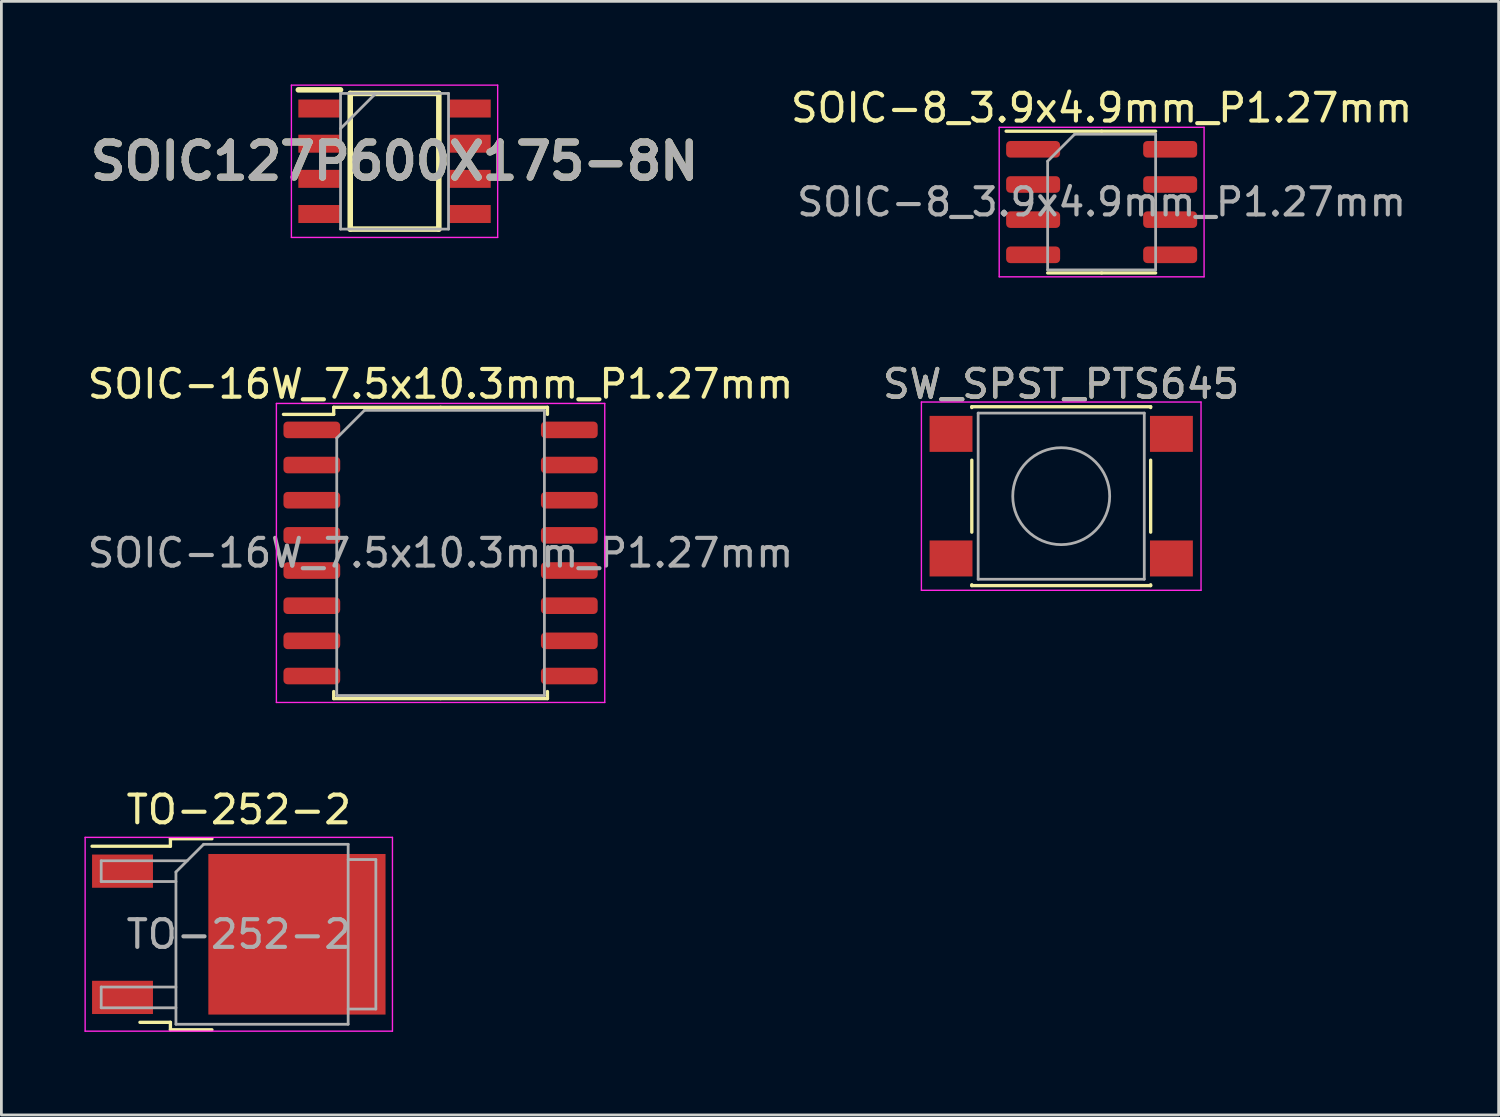
<source format=kicad_pcb>
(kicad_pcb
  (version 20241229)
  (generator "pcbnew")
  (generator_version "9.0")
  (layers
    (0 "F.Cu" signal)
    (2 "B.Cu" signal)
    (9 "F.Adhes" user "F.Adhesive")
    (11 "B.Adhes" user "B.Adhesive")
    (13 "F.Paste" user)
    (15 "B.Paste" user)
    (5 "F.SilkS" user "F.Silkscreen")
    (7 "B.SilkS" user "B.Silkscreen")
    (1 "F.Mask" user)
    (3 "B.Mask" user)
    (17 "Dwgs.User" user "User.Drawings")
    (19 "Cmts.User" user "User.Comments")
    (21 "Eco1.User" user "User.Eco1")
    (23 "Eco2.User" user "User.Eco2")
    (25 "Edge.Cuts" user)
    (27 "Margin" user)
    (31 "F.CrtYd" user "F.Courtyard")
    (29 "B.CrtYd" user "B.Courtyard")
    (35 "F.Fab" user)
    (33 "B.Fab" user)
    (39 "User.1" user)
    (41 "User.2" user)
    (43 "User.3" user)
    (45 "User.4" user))
  (footprint "SOIC127P600X175-8N"
    (layer "F.Cu")
    (at 11.2 2.775)
    (property "Reference" "SOIC127P600X175-8N" (at 0 0 0) (layer "F.SilkS") (effects (font (size 1.27 1.27) (thickness 0.254))))
    (attr smd)
    (fp_line (start -3.475 -2.58) (end -1.95 -2.58) (stroke (width 0.2) (type solid)) (layer "F.SilkS"))
    (fp_line (start -1.6 -2.45) (end 1.6 -2.45) (stroke (width 0.2) (type solid)) (layer "F.SilkS"))
    (fp_line (start -1.6 2.45) (end -1.6 -2.45) (stroke (width 0.2) (type solid)) (layer "F.SilkS"))
    (fp_line (start 1.6 -2.45) (end 1.6 2.45) (stroke (width 0.2) (type solid)) (layer "F.SilkS"))
    (fp_line (start 1.6 2.45) (end -1.6 2.45) (stroke (width 0.2) (type solid)) (layer "F.SilkS"))
    (fp_line (start -3.725 -2.75) (end 3.725 -2.75) (stroke (width 0.05) (type solid)) (layer "F.CrtYd"))
    (fp_line (start -3.725 2.75) (end -3.725 -2.75) (stroke (width 0.05) (type solid)) (layer "F.CrtYd"))
    (fp_line (start 3.725 -2.75) (end 3.725 2.75) (stroke (width 0.05) (type solid)) (layer "F.CrtYd"))
    (fp_line (start 3.725 2.75) (end -3.725 2.75) (stroke (width 0.05) (type solid)) (layer "F.CrtYd"))
    (fp_line (start -1.95 -2.45) (end 1.95 -2.45) (stroke (width 0.1) (type solid)) (layer "F.Fab"))
    (fp_line (start -1.95 -1.18) (end -0.68 -2.45) (stroke (width 0.1) (type solid)) (layer "F.Fab"))
    (fp_line (start -1.95 2.45) (end -1.95 -2.45) (stroke (width 0.1) (type solid)) (layer "F.Fab"))
    (fp_line (start 1.95 -2.45) (end 1.95 2.45) (stroke (width 0.1) (type solid)) (layer "F.Fab"))
    (fp_line (start 1.95 2.45) (end -1.95 2.45) (stroke (width 0.1) (type solid)) (layer "F.Fab"))
    (fp_text user "${REFERENCE}" (at 0 0 0) (layer "F.Fab") (effects (font (size 1.27 1.27) (thickness 0.254))))
    (pad "1" smd rect (at -2.712 -1.905 90) (size 0.65 1.525) (layers "F.Cu" "F.Mask" "F.Paste"))
    (pad "2" smd rect (at -2.712 -0.635 90) (size 0.65 1.525) (layers "F.Cu" "F.Mask" "F.Paste"))
    (pad "3" smd rect (at -2.712 0.635 90) (size 0.65 1.525) (layers "F.Cu" "F.Mask" "F.Paste"))
    (pad "4" smd rect (at -2.712 1.905 90) (size 0.65 1.525) (layers "F.Cu" "F.Mask" "F.Paste"))
    (pad "5" smd rect (at 2.712 1.905 90) (size 0.65 1.525) (layers "F.Cu" "F.Mask" "F.Paste"))
    (pad "6" smd rect (at 2.712 0.635 90) (size 0.65 1.525) (layers "F.Cu" "F.Mask" "F.Paste"))
    (pad "7" smd rect (at 2.712 -0.635 90) (size 0.65 1.525) (layers "F.Cu" "F.Mask" "F.Paste"))
    (pad "8" smd rect (at 2.712 -1.905 90) (size 0.65 1.525) (layers "F.Cu" "F.Mask" "F.Paste")))
  (footprint "SW_SPST_PTS645"
    (layer "F.Cu")
    (at 35.28 14.871)
    (property "Reference" "SW_SPST_PTS645" (at 0 -4.05 0) (layer "F.SilkS") (effects (font (size 1 1) (thickness 0.15))))
    (attr smd)
    (fp_line (start -3.23 -3.23) (end 3.23 -3.23) (stroke (width 0.12) (type solid)) (layer "F.SilkS"))
    (fp_line (start -3.23 -3.2) (end -3.23 -3.23) (stroke (width 0.12) (type solid)) (layer "F.SilkS"))
    (fp_line (start -3.23 -1.3) (end -3.23 1.3) (stroke (width 0.12) (type solid)) (layer "F.SilkS"))
    (fp_line (start -3.23 3.23) (end -3.23 3.2) (stroke (width 0.12) (type solid)) (layer "F.SilkS"))
    (fp_line (start -3.23 3.23) (end 3.23 3.23) (stroke (width 0.12) (type solid)) (layer "F.SilkS"))
    (fp_line (start 3.23 -3.23) (end 3.23 -3.2) (stroke (width 0.12) (type solid)) (layer "F.SilkS"))
    (fp_line (start 3.23 -1.3) (end 3.23 1.3) (stroke (width 0.12) (type solid)) (layer "F.SilkS"))
    (fp_line (start 3.23 3.23) (end 3.23 3.2) (stroke (width 0.12) (type solid)) (layer "F.SilkS"))
    (fp_line (start -5.05 -3.4) (end -5.05 3.4) (stroke (width 0.05) (type solid)) (layer "F.CrtYd"))
    (fp_line (start -5.05 -3.4) (end 5.05 -3.4) (stroke (width 0.05) (type solid)) (layer "F.CrtYd"))
    (fp_line (start -5.05 3.4) (end 5.05 3.4) (stroke (width 0.05) (type solid)) (layer "F.CrtYd"))
    (fp_line (start 5.05 3.4) (end 5.05 -3.4) (stroke (width 0.05) (type solid)) (layer "F.CrtYd"))
    (fp_line (start -3 -3) (end -3 3) (stroke (width 0.1) (type solid)) (layer "F.Fab"))
    (fp_line (start -3 3) (end 3 3) (stroke (width 0.1) (type solid)) (layer "F.Fab"))
    (fp_line (start 3 -3) (end -3 -3) (stroke (width 0.1) (type solid)) (layer "F.Fab"))
    (fp_line (start 3 3) (end 3 -3) (stroke (width 0.1) (type solid)) (layer "F.Fab"))
    (fp_circle (center 0 0) (end 1.75 -0.05) (stroke (width 0.1) (type solid)) (fill no) (layer "F.Fab"))
    (fp_text user "${REFERENCE}" (at 0 -4.05 0) (layer "F.Fab") (effects (font (size 1 1) (thickness 0.15))))
    (pad "1" smd rect (at -3.98 -2.25) (size 1.55 1.3) (layers "F.Cu" "F.Mask" "F.Paste"))
    (pad "1" smd rect (at 3.98 -2.25) (size 1.55 1.3) (layers "F.Cu" "F.Mask" "F.Paste"))
    (pad "2" smd rect (at -3.98 2.25) (size 1.55 1.3) (layers "F.Cu" "F.Mask" "F.Paste"))
    (pad "2" smd rect (at 3.98 2.25) (size 1.55 1.3) (layers "F.Cu" "F.Mask" "F.Paste")))
  (footprint "SOIC-16W_7.5x10.3mm_P1.27mm"
    (layer "F.Cu")
    (at 12.863 16.922)
    (property "Reference" "SOIC-16W_7.5x10.3mm_P1.27mm" (at 0 -6.1 0) (layer "F.SilkS") (effects (font (size 1 1) (thickness 0.15))))
    (attr smd)
    (fp_line (start -3.86 -5.26) (end -3.86 -5.005) (stroke (width 0.12) (type solid)) (layer "F.SilkS"))
    (fp_line (start -3.86 -5.005) (end -5.675 -5.005) (stroke (width 0.12) (type solid)) (layer "F.SilkS"))
    (fp_line (start -3.86 5.26) (end -3.86 5.005) (stroke (width 0.12) (type solid)) (layer "F.SilkS"))
    (fp_line (start 0 -5.26) (end -3.86 -5.26) (stroke (width 0.12) (type solid)) (layer "F.SilkS"))
    (fp_line (start 0 -5.26) (end 3.86 -5.26) (stroke (width 0.12) (type solid)) (layer "F.SilkS"))
    (fp_line (start 0 5.26) (end -3.86 5.26) (stroke (width 0.12) (type solid)) (layer "F.SilkS"))
    (fp_line (start 0 5.26) (end 3.86 5.26) (stroke (width 0.12) (type solid)) (layer "F.SilkS"))
    (fp_line (start 3.86 -5.26) (end 3.86 -5.005) (stroke (width 0.12) (type solid)) (layer "F.SilkS"))
    (fp_line (start 3.86 5.26) (end 3.86 5.005) (stroke (width 0.12) (type solid)) (layer "F.SilkS"))
    (fp_line (start -5.93 -5.4) (end -5.93 5.4) (stroke (width 0.05) (type solid)) (layer "F.CrtYd"))
    (fp_line (start -5.93 5.4) (end 5.93 5.4) (stroke (width 0.05) (type solid)) (layer "F.CrtYd"))
    (fp_line (start 5.93 -5.4) (end -5.93 -5.4) (stroke (width 0.05) (type solid)) (layer "F.CrtYd"))
    (fp_line (start 5.93 5.4) (end 5.93 -5.4) (stroke (width 0.05) (type solid)) (layer "F.CrtYd"))
    (fp_line (start -3.75 -4.15) (end -2.75 -5.15) (stroke (width 0.1) (type solid)) (layer "F.Fab"))
    (fp_line (start -3.75 5.15) (end -3.75 -4.15) (stroke (width 0.1) (type solid)) (layer "F.Fab"))
    (fp_line (start -2.75 -5.15) (end 3.75 -5.15) (stroke (width 0.1) (type solid)) (layer "F.Fab"))
    (fp_line (start 3.75 -5.15) (end 3.75 5.15) (stroke (width 0.1) (type solid)) (layer "F.Fab"))
    (fp_line (start 3.75 5.15) (end -3.75 5.15) (stroke (width 0.1) (type solid)) (layer "F.Fab"))
    (fp_text user "${REFERENCE}" (at 0 0 0) (layer "F.Fab") (effects (font (size 1 1) (thickness 0.15))))
    (pad "1" smd roundrect (at -4.65 -4.445) (size 2.05 0.6) (layers "F.Cu" "F.Mask" "F.Paste") (roundrect_rratio 0.25))
    (pad "2" smd roundrect (at -4.65 -3.175) (size 2.05 0.6) (layers "F.Cu" "F.Mask" "F.Paste") (roundrect_rratio 0.25))
    (pad "3" smd roundrect (at -4.65 -1.905) (size 2.05 0.6) (layers "F.Cu" "F.Mask" "F.Paste") (roundrect_rratio 0.25))
    (pad "4" smd roundrect (at -4.65 -0.635) (size 2.05 0.6) (layers "F.Cu" "F.Mask" "F.Paste") (roundrect_rratio 0.25))
    (pad "5" smd roundrect (at -4.65 0.635) (size 2.05 0.6) (layers "F.Cu" "F.Mask" "F.Paste") (roundrect_rratio 0.25))
    (pad "6" smd roundrect (at -4.65 1.905) (size 2.05 0.6) (layers "F.Cu" "F.Mask" "F.Paste") (roundrect_rratio 0.25))
    (pad "7" smd roundrect (at -4.65 3.175) (size 2.05 0.6) (layers "F.Cu" "F.Mask" "F.Paste") (roundrect_rratio 0.25))
    (pad "8" smd roundrect (at -4.65 4.445) (size 2.05 0.6) (layers "F.Cu" "F.Mask" "F.Paste") (roundrect_rratio 0.25))
    (pad "9" smd roundrect (at 4.65 4.445) (size 2.05 0.6) (layers "F.Cu" "F.Mask" "F.Paste") (roundrect_rratio 0.25))
    (pad "10" smd roundrect (at 4.65 3.175) (size 2.05 0.6) (layers "F.Cu" "F.Mask" "F.Paste") (roundrect_rratio 0.25))
    (pad "11" smd roundrect (at 4.65 1.905) (size 2.05 0.6) (layers "F.Cu" "F.Mask" "F.Paste") (roundrect_rratio 0.25))
    (pad "12" smd roundrect (at 4.65 0.635) (size 2.05 0.6) (layers "F.Cu" "F.Mask" "F.Paste") (roundrect_rratio 0.25))
    (pad "13" smd roundrect (at 4.65 -0.635) (size 2.05 0.6) (layers "F.Cu" "F.Mask" "F.Paste") (roundrect_rratio 0.25))
    (pad "14" smd roundrect (at 4.65 -1.905) (size 2.05 0.6) (layers "F.Cu" "F.Mask" "F.Paste") (roundrect_rratio 0.25))
    (pad "15" smd roundrect (at 4.65 -3.175) (size 2.05 0.6) (layers "F.Cu" "F.Mask" "F.Paste") (roundrect_rratio 0.25))
    (pad "16" smd roundrect (at 4.65 -4.445) (size 2.05 0.6) (layers "F.Cu" "F.Mask" "F.Paste") (roundrect_rratio 0.25)))
  (footprint "SOIC-8_3.9x4.9mm_P1.27mm"
    (layer "F.Cu")
    (at 36.74 4.248)
    (property "Reference" "SOIC-8_3.9x4.9mm_P1.27mm" (at 0 -3.4 0) (layer "F.SilkS") (effects (font (size 1 1) (thickness 0.15))))
    (attr smd)
    (fp_line (start 0 -2.56) (end -3.45 -2.56) (stroke (width 0.12) (type solid)) (layer "F.SilkS"))
    (fp_line (start 0 -2.56) (end 1.95 -2.56) (stroke (width 0.12) (type solid)) (layer "F.SilkS"))
    (fp_line (start 0 2.56) (end -1.95 2.56) (stroke (width 0.12) (type solid)) (layer "F.SilkS"))
    (fp_line (start 0 2.56) (end 1.95 2.56) (stroke (width 0.12) (type solid)) (layer "F.SilkS"))
    (fp_line (start -3.7 -2.7) (end -3.7 2.7) (stroke (width 0.05) (type solid)) (layer "F.CrtYd"))
    (fp_line (start -3.7 2.7) (end 3.7 2.7) (stroke (width 0.05) (type solid)) (layer "F.CrtYd"))
    (fp_line (start 3.7 -2.7) (end -3.7 -2.7) (stroke (width 0.05) (type solid)) (layer "F.CrtYd"))
    (fp_line (start 3.7 2.7) (end 3.7 -2.7) (stroke (width 0.05) (type solid)) (layer "F.CrtYd"))
    (fp_line (start -1.95 -1.475) (end -0.975 -2.45) (stroke (width 0.1) (type solid)) (layer "F.Fab"))
    (fp_line (start -1.95 2.45) (end -1.95 -1.475) (stroke (width 0.1) (type solid)) (layer "F.Fab"))
    (fp_line (start -0.975 -2.45) (end 1.95 -2.45) (stroke (width 0.1) (type solid)) (layer "F.Fab"))
    (fp_line (start 1.95 -2.45) (end 1.95 2.45) (stroke (width 0.1) (type solid)) (layer "F.Fab"))
    (fp_line (start 1.95 2.45) (end -1.95 2.45) (stroke (width 0.1) (type solid)) (layer "F.Fab"))
    (fp_text user "${REFERENCE}" (at 0 0 0) (layer "F.Fab") (effects (font (size 0.98 0.98) (thickness 0.15))))
    (pad "1" smd roundrect (at -2.475 -1.905) (size 1.95 0.6) (layers "F.Cu" "F.Mask" "F.Paste") (roundrect_rratio 0.25))
    (pad "2" smd roundrect (at -2.475 -0.635) (size 1.95 0.6) (layers "F.Cu" "F.Mask" "F.Paste") (roundrect_rratio 0.25))
    (pad "3" smd roundrect (at -2.475 0.635) (size 1.95 0.6) (layers "F.Cu" "F.Mask" "F.Paste") (roundrect_rratio 0.25))
    (pad "4" smd roundrect (at -2.475 1.905) (size 1.95 0.6) (layers "F.Cu" "F.Mask" "F.Paste") (roundrect_rratio 0.25))
    (pad "5" smd roundrect (at 2.475 1.905) (size 1.95 0.6) (layers "F.Cu" "F.Mask" "F.Paste") (roundrect_rratio 0.25))
    (pad "6" smd roundrect (at 2.475 0.635) (size 1.95 0.6) (layers "F.Cu" "F.Mask" "F.Paste") (roundrect_rratio 0.25))
    (pad "7" smd roundrect (at 2.475 -0.635) (size 1.95 0.6) (layers "F.Cu" "F.Mask" "F.Paste") (roundrect_rratio 0.25))
    (pad "8" smd roundrect (at 2.475 -1.905) (size 1.95 0.6) (layers "F.Cu" "F.Mask" "F.Paste") (roundrect_rratio 0.25)))
  (footprint "TO-252-2"
    (layer "F.Cu")
    (at 5.575 30.695)
    (property "Reference" "TO-252-2" (at 0 -4.5 0) (layer "F.SilkS") (effects (font (size 1 1) (thickness 0.15))))
    (attr smd)
    (fp_line (start -2.47 -3.45) (end -2.47 -3.18) (stroke (width 0.12) (type solid)) (layer "F.SilkS"))
    (fp_line (start -2.47 -3.18) (end -5.3 -3.18) (stroke (width 0.12) (type solid)) (layer "F.SilkS"))
    (fp_line (start -2.47 3.18) (end -3.57 3.18) (stroke (width 0.12) (type solid)) (layer "F.SilkS"))
    (fp_line (start -2.47 3.45) (end -2.47 3.18) (stroke (width 0.12) (type solid)) (layer "F.SilkS"))
    (fp_line (start -0.97 -3.45) (end -2.47 -3.45) (stroke (width 0.12) (type solid)) (layer "F.SilkS"))
    (fp_line (start -0.97 3.45) (end -2.47 3.45) (stroke (width 0.12) (type solid)) (layer "F.SilkS"))
    (fp_line (start -5.55 -3.5) (end -5.55 3.5) (stroke (width 0.05) (type solid)) (layer "F.CrtYd"))
    (fp_line (start -5.55 3.5) (end 5.55 3.5) (stroke (width 0.05) (type solid)) (layer "F.CrtYd"))
    (fp_line (start 5.55 -3.5) (end -5.55 -3.5) (stroke (width 0.05) (type solid)) (layer "F.CrtYd"))
    (fp_line (start 5.55 3.5) (end 5.55 -3.5) (stroke (width 0.05) (type solid)) (layer "F.CrtYd"))
    (fp_line (start -4.97 -2.655) (end -4.97 -1.905) (stroke (width 0.1) (type solid)) (layer "F.Fab"))
    (fp_line (start -4.97 -1.905) (end -2.27 -1.905) (stroke (width 0.1) (type solid)) (layer "F.Fab"))
    (fp_line (start -4.97 1.905) (end -4.97 2.655) (stroke (width 0.1) (type solid)) (layer "F.Fab"))
    (fp_line (start -4.97 2.655) (end -2.27 2.655) (stroke (width 0.1) (type solid)) (layer "F.Fab"))
    (fp_line (start -2.27 -2.25) (end -1.27 -3.25) (stroke (width 0.1) (type solid)) (layer "F.Fab"))
    (fp_line (start -2.27 1.905) (end -4.97 1.905) (stroke (width 0.1) (type solid)) (layer "F.Fab"))
    (fp_line (start -2.27 3.25) (end -2.27 -2.25) (stroke (width 0.1) (type solid)) (layer "F.Fab"))
    (fp_line (start -1.865 -2.655) (end -4.97 -2.655) (stroke (width 0.1) (type solid)) (layer "F.Fab"))
    (fp_line (start -1.27 -3.25) (end 3.95 -3.25) (stroke (width 0.1) (type solid)) (layer "F.Fab"))
    (fp_line (start 3.95 -3.25) (end 3.95 3.25) (stroke (width 0.1) (type solid)) (layer "F.Fab"))
    (fp_line (start 3.95 -2.7) (end 4.95 -2.7) (stroke (width 0.1) (type solid)) (layer "F.Fab"))
    (fp_line (start 3.95 3.25) (end -2.27 3.25) (stroke (width 0.1) (type solid)) (layer "F.Fab"))
    (fp_line (start 4.95 -2.7) (end 4.95 2.7) (stroke (width 0.1) (type solid)) (layer "F.Fab"))
    (fp_line (start 4.95 2.7) (end 3.95 2.7) (stroke (width 0.1) (type solid)) (layer "F.Fab"))
    (fp_text user "${REFERENCE}" (at 0 0 0) (layer "F.Fab") (effects (font (size 1 1) (thickness 0.15))))
    (pad "" smd rect (at 0.425 -1.525) (size 3.05 2.75) (layers "F.Paste"))
    (pad "" smd rect (at 0.425 1.525) (size 3.05 2.75) (layers "F.Paste"))
    (pad "" smd rect (at 3.775 -1.525) (size 3.05 2.75) (layers "F.Paste"))
    (pad "" smd rect (at 3.775 1.525) (size 3.05 2.75) (layers "F.Paste"))
    (pad "1" smd rect (at -4.2 -2.28) (size 2.2 1.2) (layers "F.Cu" "F.Mask" "F.Paste"))
    (pad "2" smd rect (at 2.1 0) (size 6.4 5.8) (layers "F.Cu" "F.Mask"))
    (pad "3" smd rect (at -4.2 2.28) (size 2.2 1.2) (layers "F.Cu" "F.Mask" "F.Paste")))
  (gr_rect
    (start -3 -3)
    (end 51.079 37.22)
    (stroke (width 0.1) (type default))
    (fill no)
    (layer "Edge.Cuts")))
</source>
